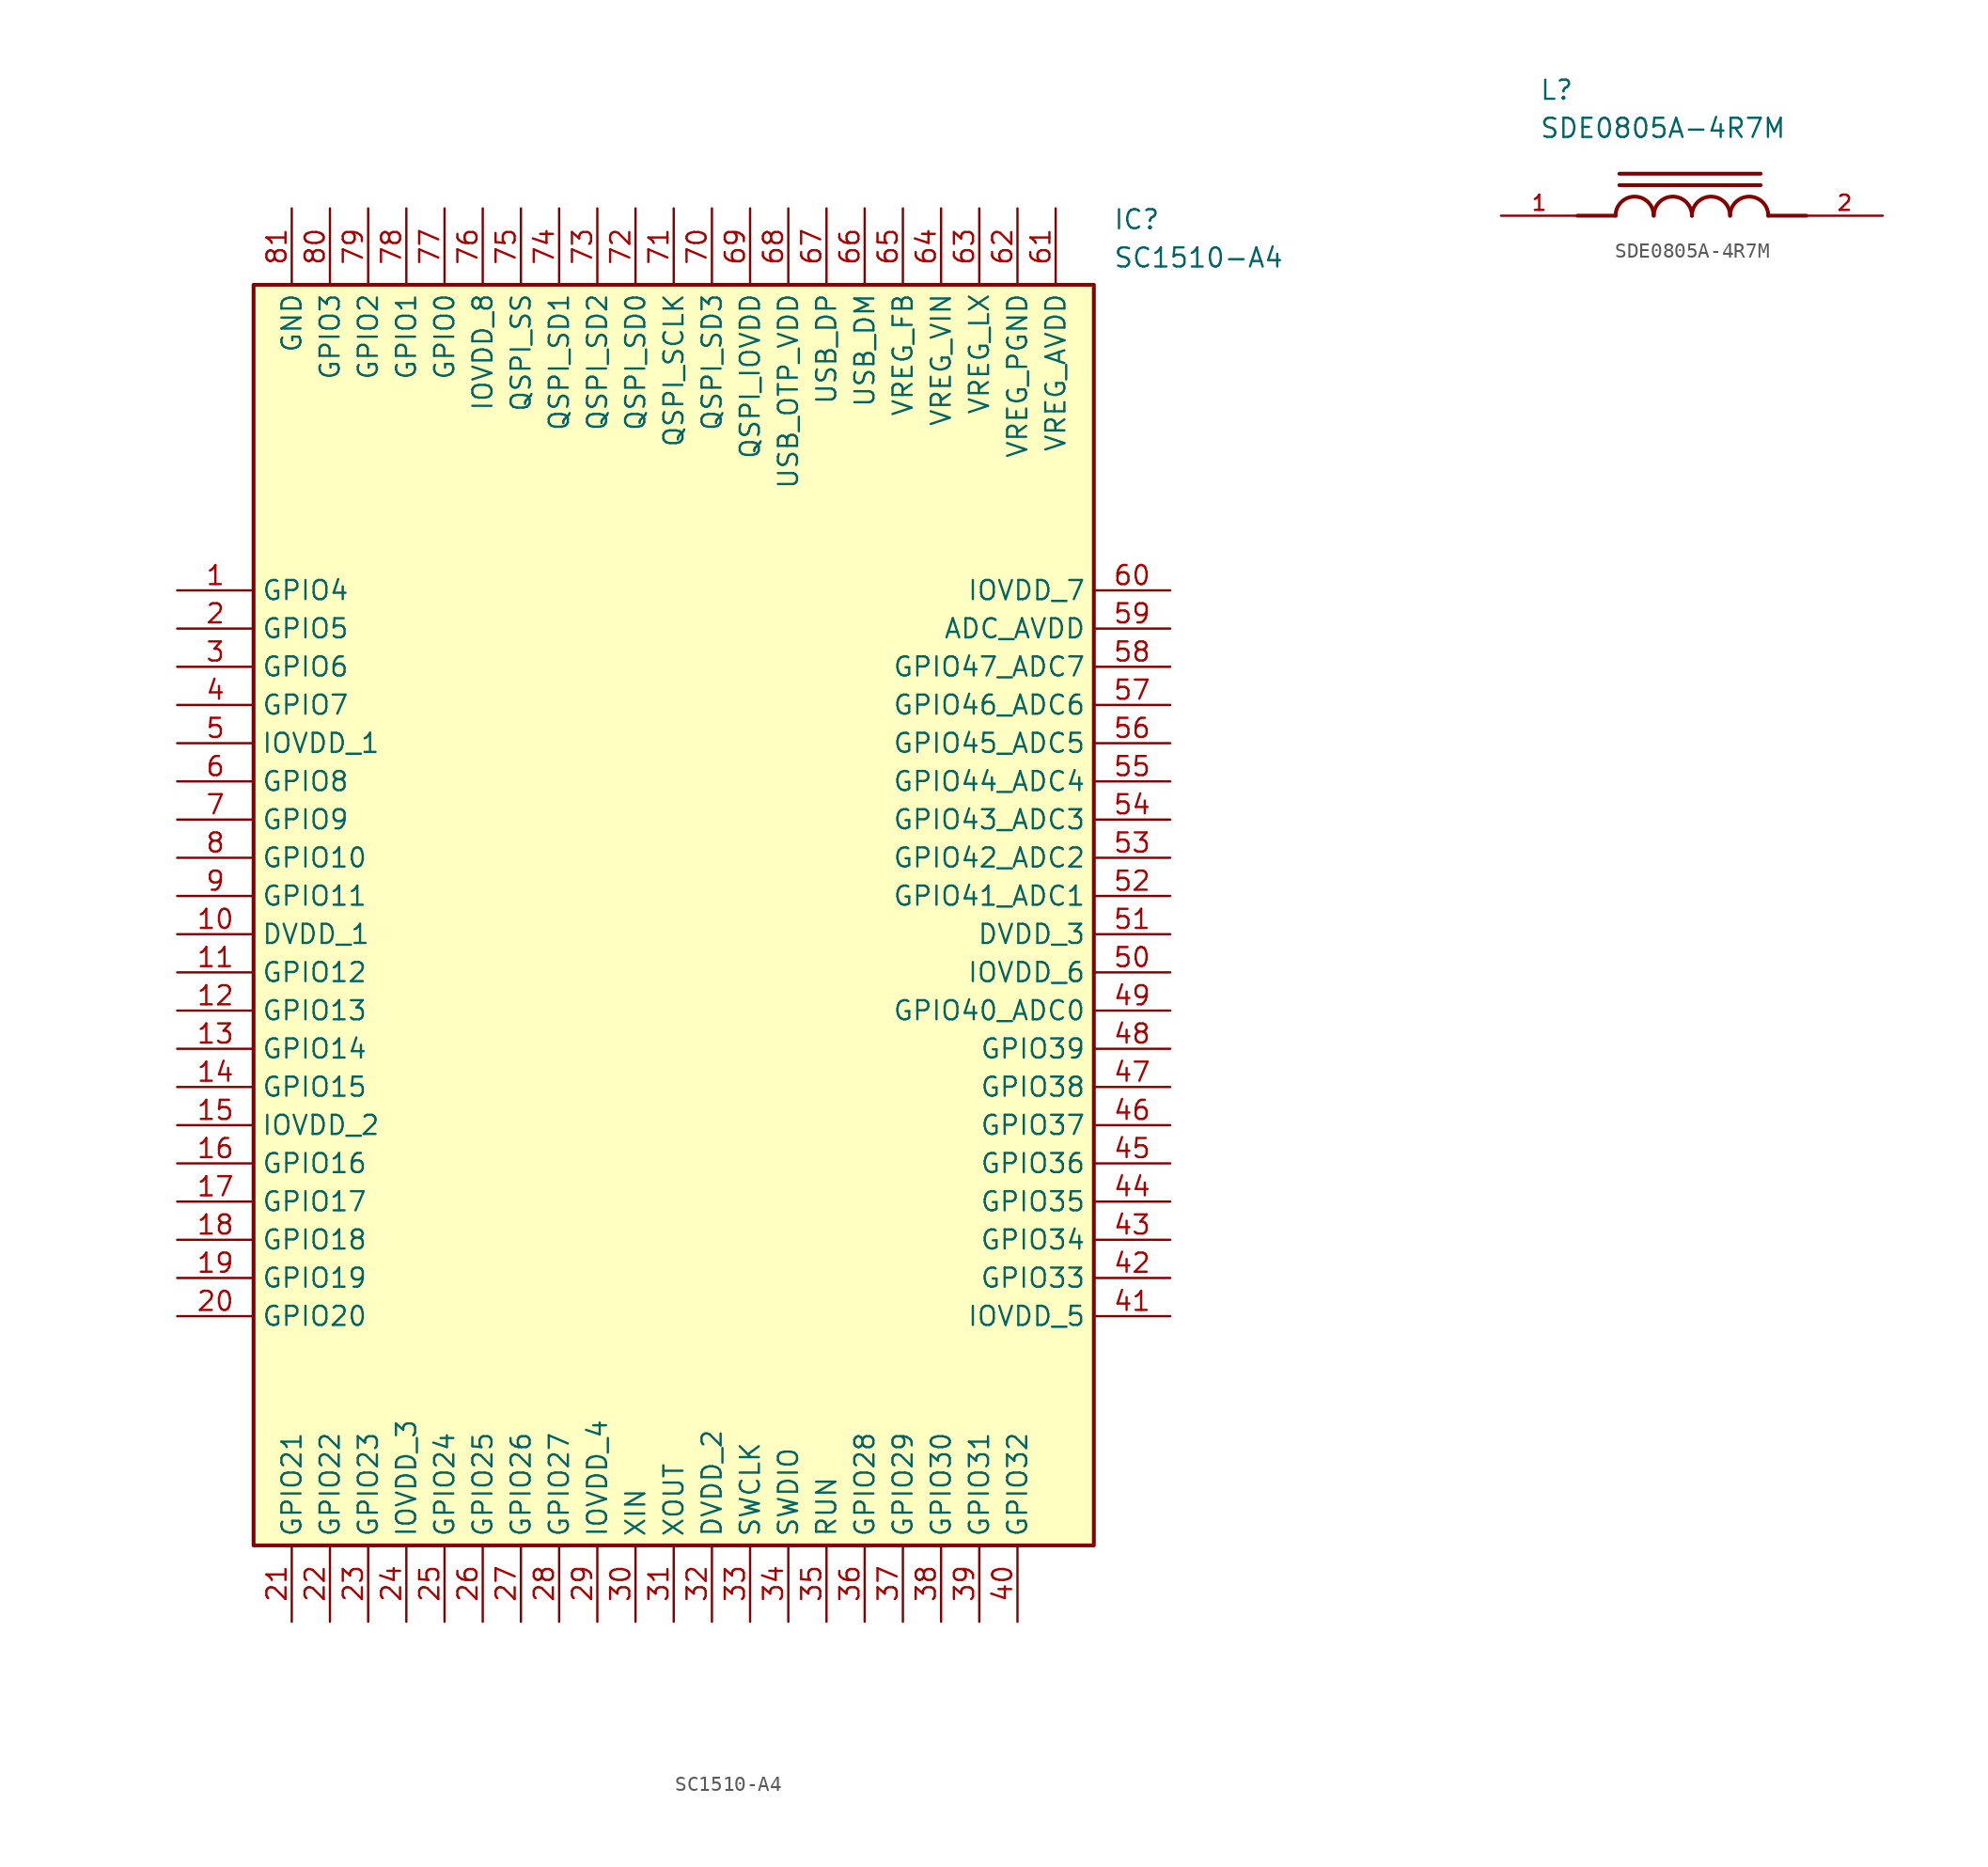
<source format=kicad_sym>
(kicad_symbol_lib
  (version 20241209)
  (generator "kicad_symbol_editor")
  (generator_version "9.0")
  (symbol "SC1510-A4"
    (property "Reference" "IC"
      (at 62.23 25.4 0)
      (effects (font (size 1.27 1.27)) (justify left top)))
    (property "Value" "SC1510-A4"
      (at 62.23 22.86 0)
      (effects (font (size 1.27 1.27)) (justify left top)))
    (symbol "SC1510-A4_1_1"
      (rectangle (start 5.08 20.32) (end 60.96 -63.5) (stroke (width 0.254) (type default)) (fill (type background)))
      (pin passive line (at 0 0 0) (length 5.08) (name "GPIO4" (effects (font (size 1.27 1.27)))) (number "1" (effects (font (size 1.27 1.27)))))
      (pin passive line (at 0 -2.54 0) (length 5.08) (name "GPIO5" (effects (font (size 1.27 1.27)))) (number "2" (effects (font (size 1.27 1.27)))))
      (pin passive line (at 0 -5.08 0) (length 5.08) (name "GPIO6" (effects (font (size 1.27 1.27)))) (number "3" (effects (font (size 1.27 1.27)))))
      (pin passive line (at 0 -7.62 0) (length 5.08) (name "GPIO7" (effects (font (size 1.27 1.27)))) (number "4" (effects (font (size 1.27 1.27)))))
      (pin passive line (at 0 -10.16 0) (length 5.08) (name "IOVDD_1" (effects (font (size 1.27 1.27)))) (number "5" (effects (font (size 1.27 1.27)))))
      (pin passive line (at 0 -12.7 0) (length 5.08) (name "GPIO8" (effects (font (size 1.27 1.27)))) (number "6" (effects (font (size 1.27 1.27)))))
      (pin passive line (at 0 -15.24 0) (length 5.08) (name "GPIO9" (effects (font (size 1.27 1.27)))) (number "7" (effects (font (size 1.27 1.27)))))
      (pin passive line (at 0 -17.78 0) (length 5.08) (name "GPIO10" (effects (font (size 1.27 1.27)))) (number "8" (effects (font (size 1.27 1.27)))))
      (pin passive line (at 0 -20.32 0) (length 5.08) (name "GPIO11" (effects (font (size 1.27 1.27)))) (number "9" (effects (font (size 1.27 1.27)))))
      (pin passive line (at 0 -22.86 0) (length 5.08) (name "DVDD_1" (effects (font (size 1.27 1.27)))) (number "10" (effects (font (size 1.27 1.27)))))
      (pin passive line (at 0 -25.4 0) (length 5.08) (name "GPIO12" (effects (font (size 1.27 1.27)))) (number "11" (effects (font (size 1.27 1.27)))))
      (pin passive line (at 0 -27.94 0) (length 5.08) (name "GPIO13" (effects (font (size 1.27 1.27)))) (number "12" (effects (font (size 1.27 1.27)))))
      (pin passive line (at 0 -30.48 0) (length 5.08) (name "GPIO14" (effects (font (size 1.27 1.27)))) (number "13" (effects (font (size 1.27 1.27)))))
      (pin passive line (at 0 -33.02 0) (length 5.08) (name "GPIO15" (effects (font (size 1.27 1.27)))) (number "14" (effects (font (size 1.27 1.27)))))
      (pin passive line (at 0 -35.56 0) (length 5.08) (name "IOVDD_2" (effects (font (size 1.27 1.27)))) (number "15" (effects (font (size 1.27 1.27)))))
      (pin passive line (at 0 -38.1 0) (length 5.08) (name "GPIO16" (effects (font (size 1.27 1.27)))) (number "16" (effects (font (size 1.27 1.27)))))
      (pin passive line (at 0 -40.64 0) (length 5.08) (name "GPIO17" (effects (font (size 1.27 1.27)))) (number "17" (effects (font (size 1.27 1.27)))))
      (pin passive line (at 0 -43.18 0) (length 5.08) (name "GPIO18" (effects (font (size 1.27 1.27)))) (number "18" (effects (font (size 1.27 1.27)))))
      (pin passive line (at 0 -45.72 0) (length 5.08) (name "GPIO19" (effects (font (size 1.27 1.27)))) (number "19" (effects (font (size 1.27 1.27)))))
      (pin passive line (at 0 -48.26 0) (length 5.08) (name "GPIO20" (effects (font (size 1.27 1.27)))) (number "20" (effects (font (size 1.27 1.27)))))
      (pin passive line (at 7.62 25.4 270) (length 5.08) (name "GND" (effects (font (size 1.27 1.27)))) (number "81" (effects (font (size 1.27 1.27)))))
      (pin passive line (at 7.62 -68.58 90) (length 5.08) (name "GPIO21" (effects (font (size 1.27 1.27)))) (number "21" (effects (font (size 1.27 1.27)))))
      (pin passive line (at 10.16 25.4 270) (length 5.08) (name "GPIO3" (effects (font (size 1.27 1.27)))) (number "80" (effects (font (size 1.27 1.27)))))
      (pin passive line (at 10.16 -68.58 90) (length 5.08) (name "GPIO22" (effects (font (size 1.27 1.27)))) (number "22" (effects (font (size 1.27 1.27)))))
      (pin passive line (at 12.7 25.4 270) (length 5.08) (name "GPIO2" (effects (font (size 1.27 1.27)))) (number "79" (effects (font (size 1.27 1.27)))))
      (pin passive line (at 12.7 -68.58 90) (length 5.08) (name "GPIO23" (effects (font (size 1.27 1.27)))) (number "23" (effects (font (size 1.27 1.27)))))
      (pin passive line (at 15.24 25.4 270) (length 5.08) (name "GPIO1" (effects (font (size 1.27 1.27)))) (number "78" (effects (font (size 1.27 1.27)))))
      (pin passive line (at 15.24 -68.58 90) (length 5.08) (name "IOVDD_3" (effects (font (size 1.27 1.27)))) (number "24" (effects (font (size 1.27 1.27)))))
      (pin passive line (at 17.78 25.4 270) (length 5.08) (name "GPIO0" (effects (font (size 1.27 1.27)))) (number "77" (effects (font (size 1.27 1.27)))))
      (pin passive line (at 17.78 -68.58 90) (length 5.08) (name "GPIO24" (effects (font (size 1.27 1.27)))) (number "25" (effects (font (size 1.27 1.27)))))
      (pin passive line (at 20.32 25.4 270) (length 5.08) (name "IOVDD_8" (effects (font (size 1.27 1.27)))) (number "76" (effects (font (size 1.27 1.27)))))
      (pin passive line (at 20.32 -68.58 90) (length 5.08) (name "GPIO25" (effects (font (size 1.27 1.27)))) (number "26" (effects (font (size 1.27 1.27)))))
      (pin passive line (at 22.86 25.4 270) (length 5.08) (name "QSPI_SS" (effects (font (size 1.27 1.27)))) (number "75" (effects (font (size 1.27 1.27)))))
      (pin passive line (at 22.86 -68.58 90) (length 5.08) (name "GPIO26" (effects (font (size 1.27 1.27)))) (number "27" (effects (font (size 1.27 1.27)))))
      (pin passive line (at 25.4 25.4 270) (length 5.08) (name "QSPI_SD1" (effects (font (size 1.27 1.27)))) (number "74" (effects (font (size 1.27 1.27)))))
      (pin passive line (at 25.4 -68.58 90) (length 5.08) (name "GPIO27" (effects (font (size 1.27 1.27)))) (number "28" (effects (font (size 1.27 1.27)))))
      (pin passive line (at 27.94 25.4 270) (length 5.08) (name "QSPI_SD2" (effects (font (size 1.27 1.27)))) (number "73" (effects (font (size 1.27 1.27)))))
      (pin passive line (at 27.94 -68.58 90) (length 5.08) (name "IOVDD_4" (effects (font (size 1.27 1.27)))) (number "29" (effects (font (size 1.27 1.27)))))
      (pin passive line (at 30.48 25.4 270) (length 5.08) (name "QSPI_SD0" (effects (font (size 1.27 1.27)))) (number "72" (effects (font (size 1.27 1.27)))))
      (pin passive line (at 30.48 -68.58 90) (length 5.08) (name "XIN" (effects (font (size 1.27 1.27)))) (number "30" (effects (font (size 1.27 1.27)))))
      (pin passive line (at 33.02 25.4 270) (length 5.08) (name "QSPI_SCLK" (effects (font (size 1.27 1.27)))) (number "71" (effects (font (size 1.27 1.27)))))
      (pin passive line (at 33.02 -68.58 90) (length 5.08) (name "XOUT" (effects (font (size 1.27 1.27)))) (number "31" (effects (font (size 1.27 1.27)))))
      (pin passive line (at 35.56 25.4 270) (length 5.08) (name "QSPI_SD3" (effects (font (size 1.27 1.27)))) (number "70" (effects (font (size 1.27 1.27)))))
      (pin passive line (at 35.56 -68.58 90) (length 5.08) (name "DVDD_2" (effects (font (size 1.27 1.27)))) (number "32" (effects (font (size 1.27 1.27)))))
      (pin passive line (at 38.1 25.4 270) (length 5.08) (name "QSPI_IOVDD" (effects (font (size 1.27 1.27)))) (number "69" (effects (font (size 1.27 1.27)))))
      (pin passive line (at 38.1 -68.58 90) (length 5.08) (name "SWCLK" (effects (font (size 1.27 1.27)))) (number "33" (effects (font (size 1.27 1.27)))))
      (pin passive line (at 40.64 25.4 270) (length 5.08) (name "USB_OTP_VDD" (effects (font (size 1.27 1.27)))) (number "68" (effects (font (size 1.27 1.27)))))
      (pin passive line (at 40.64 -68.58 90) (length 5.08) (name "SWDIO" (effects (font (size 1.27 1.27)))) (number "34" (effects (font (size 1.27 1.27)))))
      (pin passive line (at 43.18 25.4 270) (length 5.08) (name "USB_DP" (effects (font (size 1.27 1.27)))) (number "67" (effects (font (size 1.27 1.27)))))
      (pin passive line (at 43.18 -68.58 90) (length 5.08) (name "RUN" (effects (font (size 1.27 1.27)))) (number "35" (effects (font (size 1.27 1.27)))))
      (pin passive line (at 45.72 25.4 270) (length 5.08) (name "USB_DM" (effects (font (size 1.27 1.27)))) (number "66" (effects (font (size 1.27 1.27)))))
      (pin passive line (at 45.72 -68.58 90) (length 5.08) (name "GPIO28" (effects (font (size 1.27 1.27)))) (number "36" (effects (font (size 1.27 1.27)))))
      (pin passive line (at 48.26 25.4 270) (length 5.08) (name "VREG_FB" (effects (font (size 1.27 1.27)))) (number "65" (effects (font (size 1.27 1.27)))))
      (pin passive line (at 48.26 -68.58 90) (length 5.08) (name "GPIO29" (effects (font (size 1.27 1.27)))) (number "37" (effects (font (size 1.27 1.27)))))
      (pin passive line (at 50.8 25.4 270) (length 5.08) (name "VREG_VIN" (effects (font (size 1.27 1.27)))) (number "64" (effects (font (size 1.27 1.27)))))
      (pin passive line (at 50.8 -68.58 90) (length 5.08) (name "GPIO30" (effects (font (size 1.27 1.27)))) (number "38" (effects (font (size 1.27 1.27)))))
      (pin passive line (at 53.34 25.4 270) (length 5.08) (name "VREG_LX" (effects (font (size 1.27 1.27)))) (number "63" (effects (font (size 1.27 1.27)))))
      (pin passive line (at 53.34 -68.58 90) (length 5.08) (name "GPIO31" (effects (font (size 1.27 1.27)))) (number "39" (effects (font (size 1.27 1.27)))))
      (pin passive line (at 55.88 25.4 270) (length 5.08) (name "VREG_PGND" (effects (font (size 1.27 1.27)))) (number "62" (effects (font (size 1.27 1.27)))))
      (pin passive line (at 55.88 -68.58 90) (length 5.08) (name "GPIO32" (effects (font (size 1.27 1.27)))) (number "40" (effects (font (size 1.27 1.27)))))
      (pin passive line (at 58.42 25.4 270) (length 5.08) (name "VREG_AVDD" (effects (font (size 1.27 1.27)))) (number "61" (effects (font (size 1.27 1.27)))))
      (pin passive line (at 66.04 0 180) (length 5.08) (name "IOVDD_7" (effects (font (size 1.27 1.27)))) (number "60" (effects (font (size 1.27 1.27)))))
      (pin passive line (at 66.04 -2.54 180) (length 5.08) (name "ADC_AVDD" (effects (font (size 1.27 1.27)))) (number "59" (effects (font (size 1.27 1.27)))))
      (pin passive line (at 66.04 -5.08 180) (length 5.08) (name "GPIO47_ADC7" (effects (font (size 1.27 1.27)))) (number "58" (effects (font (size 1.27 1.27)))))
      (pin passive line (at 66.04 -7.62 180) (length 5.08) (name "GPIO46_ADC6" (effects (font (size 1.27 1.27)))) (number "57" (effects (font (size 1.27 1.27)))))
      (pin passive line (at 66.04 -10.16 180) (length 5.08) (name "GPIO45_ADC5" (effects (font (size 1.27 1.27)))) (number "56" (effects (font (size 1.27 1.27)))))
      (pin passive line (at 66.04 -12.7 180) (length 5.08) (name "GPIO44_ADC4" (effects (font (size 1.27 1.27)))) (number "55" (effects (font (size 1.27 1.27)))))
      (pin passive line (at 66.04 -15.24 180) (length 5.08) (name "GPIO43_ADC3" (effects (font (size 1.27 1.27)))) (number "54" (effects (font (size 1.27 1.27)))))
      (pin passive line (at 66.04 -17.78 180) (length 5.08) (name "GPIO42_ADC2" (effects (font (size 1.27 1.27)))) (number "53" (effects (font (size 1.27 1.27)))))
      (pin passive line (at 66.04 -20.32 180) (length 5.08) (name "GPIO41_ADC1" (effects (font (size 1.27 1.27)))) (number "52" (effects (font (size 1.27 1.27)))))
      (pin passive line (at 66.04 -22.86 180) (length 5.08) (name "DVDD_3" (effects (font (size 1.27 1.27)))) (number "51" (effects (font (size 1.27 1.27)))))
      (pin passive line (at 66.04 -25.4 180) (length 5.08) (name "IOVDD_6" (effects (font (size 1.27 1.27)))) (number "50" (effects (font (size 1.27 1.27)))))
      (pin passive line (at 66.04 -27.94 180) (length 5.08) (name "GPIO40_ADC0" (effects (font (size 1.27 1.27)))) (number "49" (effects (font (size 1.27 1.27)))))
      (pin passive line (at 66.04 -30.48 180) (length 5.08) (name "GPIO39" (effects (font (size 1.27 1.27)))) (number "48" (effects (font (size 1.27 1.27)))))
      (pin passive line (at 66.04 -33.02 180) (length 5.08) (name "GPIO38" (effects (font (size 1.27 1.27)))) (number "47" (effects (font (size 1.27 1.27)))))
      (pin passive line (at 66.04 -35.56 180) (length 5.08) (name "GPIO37" (effects (font (size 1.27 1.27)))) (number "46" (effects (font (size 1.27 1.27)))))
      (pin passive line (at 66.04 -38.1 180) (length 5.08) (name "GPIO36" (effects (font (size 1.27 1.27)))) (number "45" (effects (font (size 1.27 1.27)))))
      (pin passive line (at 66.04 -40.64 180) (length 5.08) (name "GPIO35" (effects (font (size 1.27 1.27)))) (number "44" (effects (font (size 1.27 1.27)))))
      (pin passive line (at 66.04 -43.18 180) (length 5.08) (name "GPIO34" (effects (font (size 1.27 1.27)))) (number "43" (effects (font (size 1.27 1.27)))))
      (pin passive line (at 66.04 -45.72 180) (length 5.08) (name "GPIO33" (effects (font (size 1.27 1.27)))) (number "42" (effects (font (size 1.27 1.27)))))
      (pin passive line (at 66.04 -48.26 180) (length 5.08) (name "IOVDD_5" (effects (font (size 1.27 1.27)))) (number "41" (effects (font (size 1.27 1.27)))))))
  (symbol "SDE0805A-4R7M"
    (pin_names
      (offset 1.016))
    (property "Reference" "L"
      (at -10.16 7.62 0)
      (effects (font (size 1.27 1.27)) (justify left bottom)))
    (property "Value" "SDE0805A-4R7M"
      (at -10.16 5.08 0)
      (effects (font (size 1.27 1.27)) (justify left bottom)))
    (symbol "SDE0805A-4R7M_0_0"
      (polyline (pts (xy -5.08 0) (xy -7.62 0)) (stroke (width 0.254) (type default)) (fill (type none)))
      (polyline (pts (xy -4.826 2.794) (xy 4.572 2.794)) (stroke (width 0.254) (type default)) (fill (type none)))
      (polyline (pts (xy -4.826 2.032) (xy 4.572 2.032)) (stroke (width 0.254) (type default)) (fill (type none)))
      (arc (start -5.08 0) (mid -3.81 1.2645) (end -2.54 0) (stroke (width 0.254) (type default)) (fill (type none)))
      (arc (start -2.54 0) (mid -1.27 1.2645) (end 0 0) (stroke (width 0.254) (type default)) (fill (type none)))
      (arc (start 0 0) (mid 1.27 1.2645) (end 2.54 0) (stroke (width 0.254) (type default)) (fill (type none)))
      (arc (start 2.54 0) (mid 3.81 1.2645) (end 5.08 0) (stroke (width 0.254) (type default)) (fill (type none)))
      (polyline (pts (xy 5.08 0) (xy 7.62 0)) (stroke (width 0.254) (type default)) (fill (type none)))
      (pin passive line (at -12.7 0 0) (length 5.08) (name "~" (effects (font (size 1.016 1.016)))) (number "1" (effects (font (size 1.016 1.016)))))
      (pin passive line (at 12.7 0 180) (length 5.08) (name "~" (effects (font (size 1.016 1.016)))) (number "2" (effects (font (size 1.016 1.016))))))))
</source>
